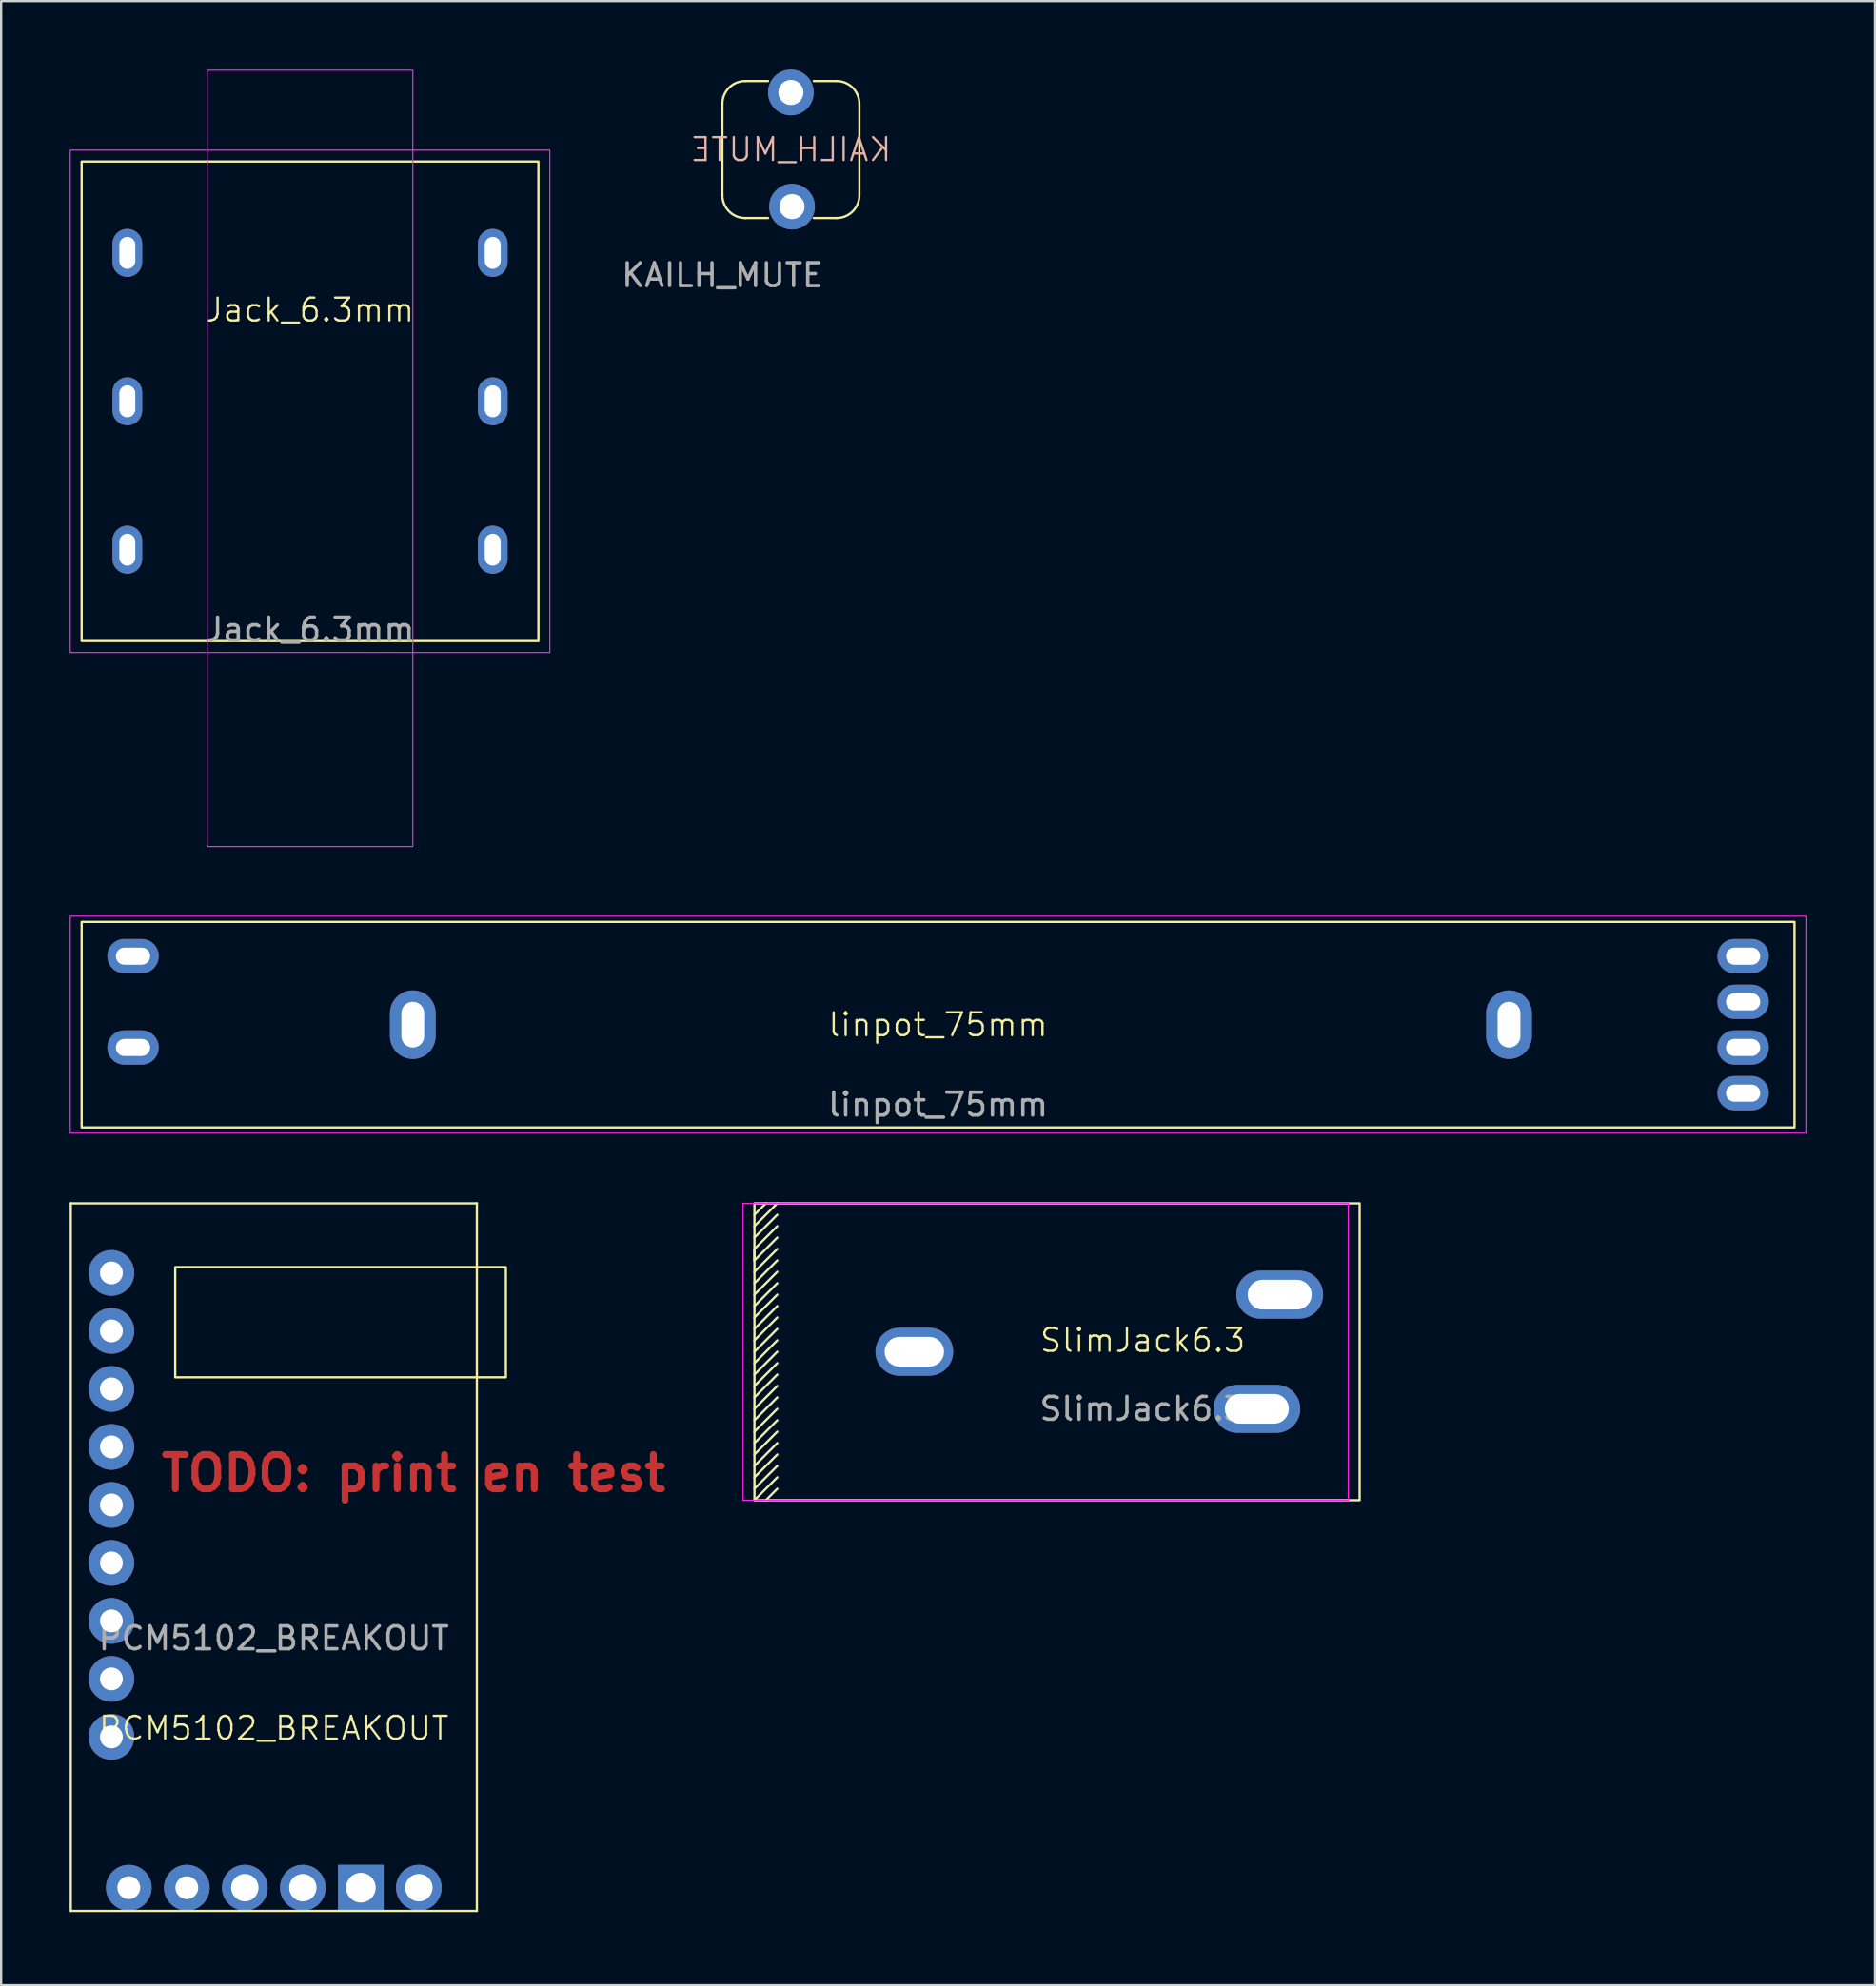
<source format=kicad_pcb>
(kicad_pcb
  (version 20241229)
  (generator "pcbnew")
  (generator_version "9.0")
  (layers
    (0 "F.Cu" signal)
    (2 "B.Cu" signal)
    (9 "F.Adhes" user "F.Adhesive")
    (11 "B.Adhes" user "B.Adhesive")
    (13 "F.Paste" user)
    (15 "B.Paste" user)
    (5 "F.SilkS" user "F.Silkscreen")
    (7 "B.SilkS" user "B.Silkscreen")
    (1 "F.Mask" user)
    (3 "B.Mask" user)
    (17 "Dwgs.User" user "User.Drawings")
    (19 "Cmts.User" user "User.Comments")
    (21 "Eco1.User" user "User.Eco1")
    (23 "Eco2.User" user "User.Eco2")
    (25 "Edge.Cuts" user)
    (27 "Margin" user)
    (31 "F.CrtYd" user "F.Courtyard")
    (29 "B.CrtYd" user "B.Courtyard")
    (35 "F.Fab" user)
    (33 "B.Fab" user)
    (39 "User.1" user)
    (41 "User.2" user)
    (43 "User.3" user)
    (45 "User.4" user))
  (footprint "Jack_6.3mm"
    (layer "F.Cu")
    (at 10.525 21.525)
    (property "Reference" "Jack_6.3mm" (at 0 -11 0) (unlocked yes) (layer "F.SilkS") (effects (font (size 1 1) (thickness 0.1))))
    (attr through_hole)
    (fp_rect (start -10 -17.5) (end 10 3.5) (stroke (width 0.1) (type default)) (fill no) (layer "F.SilkS"))
    (fp_rect (start -10.5 -18) (end 10.5 4) (stroke (width 0.05) (type default)) (fill no) (layer "F.CrtYd"))
    (fp_rect (start -4.5 -21.5) (end 4.5 12.5) (stroke (width 0.05) (type default)) (fill no) (layer "F.CrtYd"))
    (fp_text user "${REFERENCE}" (at 0 3 0) (unlocked yes) (layer "F.Fab") (effects (font (size 1 1) (thickness 0.15))))
    (pad "0" thru_hole oval (at -8 -0.5 90) (size 2.1 1.3) (drill oval 1.4 0.7) (layers "*.Cu" "*.Mask"))
    (pad "1" thru_hole oval (at 8 -0.5 90) (size 2.1 1.3) (drill oval 1.4 0.7) (layers "*.Cu" "*.Mask"))
    (pad "2" thru_hole oval (at -8 -7 90) (size 2.1 1.3) (drill oval 1.4 0.7) (layers "*.Cu" "*.Mask"))
    (pad "3" thru_hole oval (at 8 -7 90) (size 2.1 1.3) (drill oval 1.4 0.7) (layers "*.Cu" "*.Mask"))
    (pad "4" thru_hole oval (at -8 -13.5 90) (size 2.1 1.3) (drill oval 1.4 0.7) (layers "*.Cu" "*.Mask"))
    (pad "5" thru_hole oval (at 8 -13.5 90) (size 2.1 1.3) (drill oval 1.4 0.7) (layers "*.Cu" "*.Mask")))
  (footprint "PCM5102_BREAKOUT"
    (layer "F.Cu")
    (at 8.94 80.638)
    (property "Reference" "PCM5102_BREAKOUT" (at 0 -8 0) (unlocked yes) (layer "F.SilkS") (effects (font (size 1 1) (thickness 0.1))))
    (attr through_hole)
    (fp_line (start -8.89 -30.988) (end 8.89 -30.988) (stroke (width 0.1) (type default)) (layer "F.SilkS"))
    (fp_line (start -8.89 0) (end -8.89 -30.988) (stroke (width 0.1) (type default)) (layer "F.SilkS"))
    (fp_line (start -8.89 0) (end 8.89 0) (stroke (width 0.1) (type default)) (layer "F.SilkS"))
    (fp_line (start 8.89 0) (end 8.89 -30.988) (stroke (width 0.1) (type default)) (layer "F.SilkS"))
    (fp_rect (start -4.318 -28.194) (end 10.16 -23.368) (stroke (width 0.1) (type default)) (fill no) (layer "F.SilkS"))
    (fp_text user "TODO: print en test" (at -5.08 -18.288 0) (unlocked yes) (layer "F.Cu") (effects (font (size 1.5 1.5) (thickness 0.3) (bold yes)) (justify left bottom)))
    (fp_text user "${REFERENCE}" (at 0 -11.938 0) (unlocked yes) (layer "F.Fab") (effects (font (size 1 1) (thickness 0.15))))
    (pad "1" thru_hole circle (at -6.35 -1.016) (size 2 2) (drill 1) (layers "*.Cu" "*.Mask"))
    (pad "2" thru_hole circle (at -3.81 -1.016) (size 2 2) (drill 1) (layers "*.Cu" "*.Mask"))
    (pad "3" thru_hole circle (at -1.27 -1.016) (size 2 2) (drill 1.2) (layers "*.Cu" "*.Mask"))
    (pad "4" thru_hole circle (at 1.27 -1.016) (size 2 2) (drill 1.2) (layers "*.Cu" "*.Mask"))
    (pad "5" thru_hole rect (at 3.81 -1.016) (size 2 2) (drill 1.3) (layers "*.Cu" "*.Mask"))
    (pad "6" thru_hole circle (at 6.35 -1.016) (size 2 2) (drill 1.2) (layers "*.Cu" "*.Mask"))
    (pad "7" thru_hole circle (at -7.112 -7.62) (size 2 2) (drill 1) (layers "*.Cu" "*.Mask"))
    (pad "8" thru_hole circle (at -7.112 -10.16) (size 2 2) (drill 1) (layers "*.Cu" "*.Mask"))
    (pad "9" thru_hole circle (at -7.112 -12.7) (size 2 2) (drill 1) (layers "*.Cu" "*.Mask"))
    (pad "10" thru_hole circle (at -7.112 -15.24) (size 2 2) (drill 1) (layers "*.Cu" "*.Mask"))
    (pad "11" thru_hole circle (at -7.112 -17.78) (size 2 2) (drill 1) (layers "*.Cu" "*.Mask"))
    (pad "12" thru_hole circle (at -7.112 -20.32) (size 2 2) (drill 1) (layers "*.Cu" "*.Mask"))
    (pad "13" thru_hole circle (at -7.112 -22.86) (size 2 2) (drill 1) (layers "*.Cu" "*.Mask"))
    (pad "14" thru_hole circle (at -7.112 -25.4) (size 2 2) (drill 1) (layers "*.Cu" "*.Mask"))
    (pad "15" thru_hole circle (at -7.112 -27.94) (size 2 2) (drill 1) (layers "*.Cu" "*.Mask")))
  (footprint "SlimJack6.3"
    (layer "F.Cu")
    (at 46.985 56.15)
    (property "Reference" "SlimJack6.3" (at 0 -0.5 0) (unlocked yes) (layer "F.SilkS") (effects (font (size 1 1) (thickness 0.1))))
    (attr smd)
    (fp_line (start -17 -6) (end -16.5 -6.5) (stroke (width 0.1) (type default)) (layer "F.SilkS"))
    (fp_line (start -17 -5.5) (end -16 -6.5) (stroke (width 0.1) (type default)) (layer "F.SilkS"))
    (fp_line (start -17 -5) (end -16 -6) (stroke (width 0.1) (type default)) (layer "F.SilkS"))
    (fp_line (start -17 -4.5) (end -17 -4) (stroke (width 0.1) (type default)) (layer "F.SilkS"))
    (fp_line (start -17 -4) (end -16 -5) (stroke (width 0.1) (type default)) (layer "F.SilkS"))
    (fp_line (start -17 -3) (end -16 -4) (stroke (width 0.1) (type default)) (layer "F.SilkS"))
    (fp_line (start -17 -2.5) (end -16 -3.5) (stroke (width 0.1) (type default)) (layer "F.SilkS"))
    (fp_line (start -17 -1.5) (end -16 -2.5) (stroke (width 0.1) (type default)) (layer "F.SilkS"))
    (fp_line (start -17 -0.5) (end -16 -1.5) (stroke (width 0.1) (type default)) (layer "F.SilkS"))
    (fp_line (start -17 0) (end -16 -1) (stroke (width 0.1) (type default)) (layer "F.SilkS"))
    (fp_line (start -17 1) (end -16 0) (stroke (width 0.1) (type default)) (layer "F.SilkS"))
    (fp_line (start -17 2) (end -16 1) (stroke (width 0.1) (type default)) (layer "F.SilkS"))
    (fp_line (start -17 2.5) (end -16 1.5) (stroke (width 0.1) (type default)) (layer "F.SilkS"))
    (fp_line (start -17 3.5) (end -16 2.5) (stroke (width 0.1) (type default)) (layer "F.SilkS"))
    (fp_line (start -17 4.5) (end -16 3.5) (stroke (width 0.1) (type default)) (layer "F.SilkS"))
    (fp_line (start -17 5) (end -16 4) (stroke (width 0.1) (type default)) (layer "F.SilkS"))
    (fp_line (start -17 6) (end -16 5) (stroke (width 0.1) (type default)) (layer "F.SilkS"))
    (fp_line (start -16 -5.5) (end -17 -4.5) (stroke (width 0.1) (type default)) (layer "F.SilkS"))
    (fp_line (start -16 -4.5) (end -17 -3.5) (stroke (width 0.1) (type default)) (layer "F.SilkS"))
    (fp_line (start -16 -3) (end -17 -2) (stroke (width 0.1) (type default)) (layer "F.SilkS"))
    (fp_line (start -16 -2) (end -17 -1) (stroke (width 0.1) (type default)) (layer "F.SilkS"))
    (fp_line (start -16 -0.5) (end -17 0.5) (stroke (width 0.1) (type default)) (layer "F.SilkS"))
    (fp_line (start -16 0.5) (end -17 1.5) (stroke (width 0.1) (type default)) (layer "F.SilkS"))
    (fp_line (start -16 2) (end -17 3) (stroke (width 0.1) (type default)) (layer "F.SilkS"))
    (fp_line (start -16 3) (end -17 4) (stroke (width 0.1) (type default)) (layer "F.SilkS"))
    (fp_line (start -16 4.5) (end -17 5.5) (stroke (width 0.1) (type default)) (layer "F.SilkS"))
    (fp_line (start -16 5.5) (end -17 6.5) (stroke (width 0.1) (type default)) (layer "F.SilkS"))
    (fp_line (start -16 6) (end -16.5 6.5) (stroke (width 0.1) (type default)) (layer "F.SilkS"))
    (fp_rect (start -17 -6.5) (end 9.5 6.5) (stroke (width 0.1) (type default)) (fill no) (layer "F.SilkS"))
    (fp_line (start -17.5 -6.5) (end -17.5 6.5) (stroke (width 0.05) (type default)) (layer "F.CrtYd"))
    (fp_line (start -17.5 -6.5) (end 9 -6.5) (stroke (width 0.05) (type default)) (layer "F.CrtYd"))
    (fp_line (start -17.5 6.5) (end 9 6.5) (stroke (width 0.05) (type default)) (layer "F.CrtYd"))
    (fp_line (start 9 6.5) (end 9 -6.5) (stroke (width 0.05) (type default)) (layer "F.CrtYd"))
    (fp_text user "${REFERENCE}" (at 0 2.5 0) (unlocked yes) (layer "F.Fab") (effects (font (size 1 1) (thickness 0.15))))
    (pad "1" thru_hole oval (at -10 0) (size 3.4 2.1) (drill oval 2.6 1.3) (layers "*.Cu" "*.Mask"))
    (pad "4" thru_hole oval (at 6 -2.5) (size 3.8 2.1) (drill oval 2.8 1.3) (layers "*.Cu" "*.Mask"))
    (pad "5" thru_hole oval (at 5 2.5) (size 3.8 2.1) (drill oval 2.8 1.3) (layers "*.Cu" "*.Mask")))
  (footprint "linpot_75mm"
    (layer "F.Cu")
    (at 38.025 41.825)
    (property "Reference" "linpot_75mm" (at 0 0 0) (unlocked yes) (layer "F.SilkS") (effects (font (size 1 1) (thickness 0.1))))
    (attr smd)
    (fp_rect (start -37.5 -4.5) (end 37.5 4.5) (stroke (width 0.1) (type default)) (fill no) (layer "F.SilkS"))
    (fp_rect (start -38 -4.75) (end 38 4.75) (stroke (width 0.05) (type default)) (fill no) (layer "F.CrtYd"))
    (fp_text user "${REFERENCE}" (at 0 3.5 0) (unlocked yes) (layer "F.Fab") (effects (font (size 1 1) (thickness 0.15))))
    (pad "1" thru_hole oval (at -35.25 -3) (size 2.25 1.5) (drill oval 1.5 0.75) (layers "*.Cu" "*.Mask"))
    (pad "2" thru_hole oval (at 35.25 -1) (size 2.25 1.5) (drill oval 1.5 0.75) (layers "*.Cu" "*.Mask"))
    (pad "3" thru_hole oval (at 35.25 -3) (size 2.25 1.5) (drill oval 1.5 0.75) (layers "*.Cu" "*.Mask"))
    (pad "4" thru_hole oval (at -35.25 1) (size 2.25 1.5) (drill oval 1.5 0.75) (layers "*.Cu" "*.Mask"))
    (pad "5" thru_hole oval (at 35.25 3) (size 2.25 1.5) (drill oval 1.5 0.75) (layers "*.Cu" "*.Mask"))
    (pad "6" thru_hole oval (at 35.25 1) (size 2.25 1.5) (drill oval 1.5 0.75) (layers "*.Cu" "*.Mask"))
    (pad "MP" thru_hole oval (at -23 0 90) (size 3 2) (drill oval 2 1) (layers "*.Cu" "*.Mask"))
    (pad "MP" thru_hole oval (at 25 0 90) (size 3 2) (drill oval 2 1) (layers "*.Cu" "*.Mask")))
  (footprint "KAILH_MUTE"
    (layer "F.Cu")
    (at 28.58 6.5)
    (property "Reference" "KAILH_MUTE" (at 3 -3 0) (unlocked yes) (layer "B.SilkS") (effects (font (size 1 1) (thickness 0.1)) (justify mirror)))
    (attr through_hole)
    (fp_line (start 0 -5) (end 0 -1) (stroke (width 0.1) (type default)) (layer "F.SilkS"))
    (fp_line (start 1 0) (end 2 0) (stroke (width 0.1) (type default)) (layer "F.SilkS"))
    (fp_line (start 2 -6) (end 1 -6) (stroke (width 0.1) (type default)) (layer "F.SilkS"))
    (fp_line (start 4 -6) (end 5 -6) (stroke (width 0.1) (type default)) (layer "F.SilkS"))
    (fp_line (start 4 0) (end 5 0) (stroke (width 0.1) (type default)) (layer "F.SilkS"))
    (fp_line (start 6 -1) (end 6 -5) (stroke (width 0.1) (type default)) (layer "F.SilkS"))
    (fp_arc (start 0 -5) (mid 0.292893 -5.707107) (end 1 -6) (stroke (width 0.1) (type default)) (layer "F.SilkS"))
    (fp_arc (start 1 0) (mid 0.292893 -0.292893) (end 0 -1) (stroke (width 0.1) (type default)) (layer "F.SilkS"))
    (fp_arc (start 5 -6) (mid 5.707107 -5.707107) (end 6 -5) (stroke (width 0.1) (type default)) (layer "F.SilkS"))
    (fp_arc (start 6 -1) (mid 5.707107 -0.292893) (end 5 0) (stroke (width 0.1) (type default)) (layer "F.SilkS"))
    (fp_text user "${REFERENCE}" (at 0 2.5 0) (unlocked yes) (layer "F.Fab") (effects (font (size 1 1) (thickness 0.15))))
    (pad "1" thru_hole circle (at 3 -5.5) (size 2 2) (drill 1.1) (layers "*.Cu" "*.Mask"))
    (pad "2" thru_hole circle (at 3.05 -0.5) (size 2 2) (drill 1.1) (layers "*.Cu" "*.Mask")))
  (gr_rect
    (start -3 -3)
    (end 79.05 83.888)
    (stroke (width 0.1) (type default))
    (fill no)
    (layer "Edge.Cuts")))
</source>
